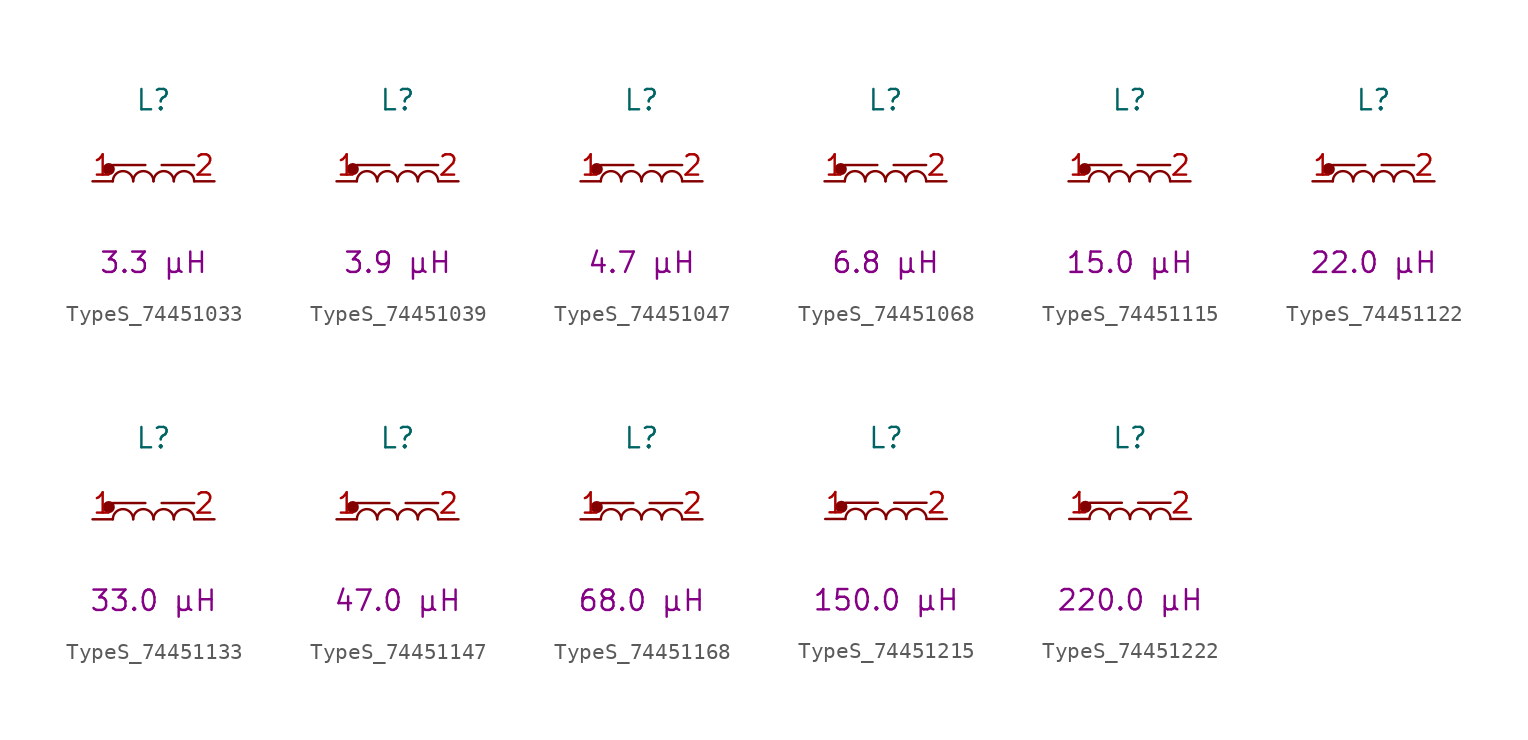
<source format=kicad_sym>
(kicad_symbol_lib
  (version 20220914)
  (generator kicad_symbol_editor)
  (symbol "TypeS_74451033"
    (pin_names hide)
    (property "Reference" "L"
      (at 0 5.08 0)
      (effects (font (size 1.27 1.27))))
    (property "Critical Parameter" "3.3 µH"
      (at 0 -5.08 0)
      (effects (font (size 1.27 1.27))))
    (symbol "TypeS_74451033_0_1"
      (arc (start -1.27 0) (mid -1.905 0.6323) (end -2.54 0) (stroke (width 0) (type default)) (fill (type none)))
      (arc (start 0 0) (mid -0.635 0.6323) (end -1.27 0) (stroke (width 0) (type default)) (fill (type none)))
      (polyline (pts (xy -2.54 1.016) (xy -0.508 1.016)) (stroke (width 0) (type default)) (fill (type none)))
      (arc (start 1.27 0) (mid 0.635 0.6323) (end 0 0) (stroke (width 0) (type default)) (fill (type none)))
      (arc (start 2.54 0) (mid 1.905 0.6323) (end 1.27 0) (stroke (width 0) (type default)) (fill (type none))))
    (symbol "TypeS_74451033_1_1"
      (circle (center -2.794 0.762) (radius 0.0001) (stroke (width 0.381) (type default)) (fill (type none)))
      (polyline (pts (xy 2.54 1.016) (xy 0.508 1.016)) (stroke (width 0) (type default)) (fill (type none)))
      (pin passive line (at -3.81 0 0) (length 1.27) (name "1" (effects (font (size 1.27 1.27)))) (number "1" (effects (font (size 1.27 1.27)))))
      (pin passive line (at 3.81 0 180) (length 1.27) (name "2" (effects (font (size 1.27 1.27)))) (number "2" (effects (font (size 1.27 1.27)))))))
  (symbol "TypeS_74451039"
    (pin_names hide)
    (property "Reference" "L"
      (at 0 5.08 0)
      (effects (font (size 1.27 1.27))))
    (property "Critical Parameter" "3.9 µH"
      (at 0 -5.08 0)
      (effects (font (size 1.27 1.27))))
    (symbol "TypeS_74451039_0_1"
      (arc (start -1.27 0) (mid -1.905 0.6323) (end -2.54 0) (stroke (width 0) (type default)) (fill (type none)))
      (arc (start 0 0) (mid -0.635 0.6323) (end -1.27 0) (stroke (width 0) (type default)) (fill (type none)))
      (polyline (pts (xy -2.54 1.016) (xy -0.508 1.016)) (stroke (width 0) (type default)) (fill (type none)))
      (arc (start 1.27 0) (mid 0.635 0.6323) (end 0 0) (stroke (width 0) (type default)) (fill (type none)))
      (arc (start 2.54 0) (mid 1.905 0.6323) (end 1.27 0) (stroke (width 0) (type default)) (fill (type none))))
    (symbol "TypeS_74451039_1_1"
      (circle (center -2.794 0.762) (radius 0.0001) (stroke (width 0.381) (type default)) (fill (type none)))
      (polyline (pts (xy 2.54 1.016) (xy 0.508 1.016)) (stroke (width 0) (type default)) (fill (type none)))
      (pin passive line (at -3.81 0 0) (length 1.27) (name "1" (effects (font (size 1.27 1.27)))) (number "1" (effects (font (size 1.27 1.27)))))
      (pin passive line (at 3.81 0 180) (length 1.27) (name "2" (effects (font (size 1.27 1.27)))) (number "2" (effects (font (size 1.27 1.27)))))))
  (symbol "TypeS_74451047"
    (pin_names hide)
    (property "Reference" "L"
      (at 0 5.08 0)
      (effects (font (size 1.27 1.27))))
    (property "Critical Parameter" "4.7 µH"
      (at 0 -5.08 0)
      (effects (font (size 1.27 1.27))))
    (symbol "TypeS_74451047_0_1"
      (arc (start -1.27 0) (mid -1.905 0.6323) (end -2.54 0) (stroke (width 0) (type default)) (fill (type none)))
      (arc (start 0 0) (mid -0.635 0.6323) (end -1.27 0) (stroke (width 0) (type default)) (fill (type none)))
      (polyline (pts (xy -2.54 1.016) (xy -0.508 1.016)) (stroke (width 0) (type default)) (fill (type none)))
      (arc (start 1.27 0) (mid 0.635 0.6323) (end 0 0) (stroke (width 0) (type default)) (fill (type none)))
      (arc (start 2.54 0) (mid 1.905 0.6323) (end 1.27 0) (stroke (width 0) (type default)) (fill (type none))))
    (symbol "TypeS_74451047_1_1"
      (circle (center -2.794 0.762) (radius 0.0001) (stroke (width 0.381) (type default)) (fill (type none)))
      (polyline (pts (xy 2.54 1.016) (xy 0.508 1.016)) (stroke (width 0) (type default)) (fill (type none)))
      (pin passive line (at -3.81 0 0) (length 1.27) (name "1" (effects (font (size 1.27 1.27)))) (number "1" (effects (font (size 1.27 1.27)))))
      (pin passive line (at 3.81 0 180) (length 1.27) (name "2" (effects (font (size 1.27 1.27)))) (number "2" (effects (font (size 1.27 1.27)))))))
  (symbol "TypeS_74451068"
    (pin_names hide)
    (property "Reference" "L"
      (at 0 5.08 0)
      (effects (font (size 1.27 1.27))))
    (property "Critical Parameter" "6.8 µH"
      (at 0 -5.08 0)
      (effects (font (size 1.27 1.27))))
    (symbol "TypeS_74451068_0_1"
      (arc (start -1.27 0) (mid -1.905 0.6323) (end -2.54 0) (stroke (width 0) (type default)) (fill (type none)))
      (arc (start 0 0) (mid -0.635 0.6323) (end -1.27 0) (stroke (width 0) (type default)) (fill (type none)))
      (polyline (pts (xy -2.54 1.016) (xy -0.508 1.016)) (stroke (width 0) (type default)) (fill (type none)))
      (arc (start 1.27 0) (mid 0.635 0.6323) (end 0 0) (stroke (width 0) (type default)) (fill (type none)))
      (arc (start 2.54 0) (mid 1.905 0.6323) (end 1.27 0) (stroke (width 0) (type default)) (fill (type none))))
    (symbol "TypeS_74451068_1_1"
      (circle (center -2.794 0.762) (radius 0.0001) (stroke (width 0.381) (type default)) (fill (type none)))
      (polyline (pts (xy 2.54 1.016) (xy 0.508 1.016)) (stroke (width 0) (type default)) (fill (type none)))
      (pin passive line (at -3.81 0 0) (length 1.27) (name "1" (effects (font (size 1.27 1.27)))) (number "1" (effects (font (size 1.27 1.27)))))
      (pin passive line (at 3.81 0 180) (length 1.27) (name "2" (effects (font (size 1.27 1.27)))) (number "2" (effects (font (size 1.27 1.27)))))))
  (symbol "TypeS_74451115"
    (pin_names hide)
    (property "Reference" "L"
      (at 0 5.08 0)
      (effects (font (size 1.27 1.27))))
    (property "Critical Parameter" "15.0 µH"
      (at 0 -5.08 0)
      (effects (font (size 1.27 1.27))))
    (symbol "TypeS_74451115_0_1"
      (arc (start -1.27 0) (mid -1.905 0.6323) (end -2.54 0) (stroke (width 0) (type default)) (fill (type none)))
      (arc (start 0 0) (mid -0.635 0.6323) (end -1.27 0) (stroke (width 0) (type default)) (fill (type none)))
      (polyline (pts (xy -2.54 1.016) (xy -0.508 1.016)) (stroke (width 0) (type default)) (fill (type none)))
      (arc (start 1.27 0) (mid 0.635 0.6323) (end 0 0) (stroke (width 0) (type default)) (fill (type none)))
      (arc (start 2.54 0) (mid 1.905 0.6323) (end 1.27 0) (stroke (width 0) (type default)) (fill (type none))))
    (symbol "TypeS_74451115_1_1"
      (circle (center -2.794 0.762) (radius 0.0001) (stroke (width 0.381) (type default)) (fill (type none)))
      (polyline (pts (xy 2.54 1.016) (xy 0.508 1.016)) (stroke (width 0) (type default)) (fill (type none)))
      (pin passive line (at -3.81 0 0) (length 1.27) (name "1" (effects (font (size 1.27 1.27)))) (number "1" (effects (font (size 1.27 1.27)))))
      (pin passive line (at 3.81 0 180) (length 1.27) (name "2" (effects (font (size 1.27 1.27)))) (number "2" (effects (font (size 1.27 1.27)))))))
  (symbol "TypeS_74451122"
    (pin_names hide)
    (property "Reference" "L"
      (at 0 5.08 0)
      (effects (font (size 1.27 1.27))))
    (property "Critical Parameter" "22.0 µH"
      (at 0 -5.08 0)
      (effects (font (size 1.27 1.27))))
    (symbol "TypeS_74451122_0_1"
      (arc (start -1.27 0) (mid -1.905 0.6323) (end -2.54 0) (stroke (width 0) (type default)) (fill (type none)))
      (arc (start 0 0) (mid -0.635 0.6323) (end -1.27 0) (stroke (width 0) (type default)) (fill (type none)))
      (polyline (pts (xy -2.54 1.016) (xy -0.508 1.016)) (stroke (width 0) (type default)) (fill (type none)))
      (arc (start 1.27 0) (mid 0.635 0.6323) (end 0 0) (stroke (width 0) (type default)) (fill (type none)))
      (arc (start 2.54 0) (mid 1.905 0.6323) (end 1.27 0) (stroke (width 0) (type default)) (fill (type none))))
    (symbol "TypeS_74451122_1_1"
      (circle (center -2.794 0.762) (radius 0.0001) (stroke (width 0.381) (type default)) (fill (type none)))
      (polyline (pts (xy 2.54 1.016) (xy 0.508 1.016)) (stroke (width 0) (type default)) (fill (type none)))
      (pin passive line (at -3.81 0 0) (length 1.27) (name "1" (effects (font (size 1.27 1.27)))) (number "1" (effects (font (size 1.27 1.27)))))
      (pin passive line (at 3.81 0 180) (length 1.27) (name "2" (effects (font (size 1.27 1.27)))) (number "2" (effects (font (size 1.27 1.27)))))))
  (symbol "TypeS_74451133"
    (pin_names hide)
    (property "Reference" "L"
      (at 0 5.08 0)
      (effects (font (size 1.27 1.27))))
    (property "Critical Parameter" "33.0 µH"
      (at 0 -5.08 0)
      (effects (font (size 1.27 1.27))))
    (symbol "TypeS_74451133_0_1"
      (arc (start -1.27 0) (mid -1.905 0.6323) (end -2.54 0) (stroke (width 0) (type default)) (fill (type none)))
      (arc (start 0 0) (mid -0.635 0.6323) (end -1.27 0) (stroke (width 0) (type default)) (fill (type none)))
      (polyline (pts (xy -2.54 1.016) (xy -0.508 1.016)) (stroke (width 0) (type default)) (fill (type none)))
      (arc (start 1.27 0) (mid 0.635 0.6323) (end 0 0) (stroke (width 0) (type default)) (fill (type none)))
      (arc (start 2.54 0) (mid 1.905 0.6323) (end 1.27 0) (stroke (width 0) (type default)) (fill (type none))))
    (symbol "TypeS_74451133_1_1"
      (circle (center -2.794 0.762) (radius 0.0001) (stroke (width 0.381) (type default)) (fill (type none)))
      (polyline (pts (xy 2.54 1.016) (xy 0.508 1.016)) (stroke (width 0) (type default)) (fill (type none)))
      (pin passive line (at -3.81 0 0) (length 1.27) (name "1" (effects (font (size 1.27 1.27)))) (number "1" (effects (font (size 1.27 1.27)))))
      (pin passive line (at 3.81 0 180) (length 1.27) (name "2" (effects (font (size 1.27 1.27)))) (number "2" (effects (font (size 1.27 1.27)))))))
  (symbol "TypeS_74451147"
    (pin_names hide)
    (property "Reference" "L"
      (at 0 5.08 0)
      (effects (font (size 1.27 1.27))))
    (property "Critical Parameter" "47.0 µH"
      (at 0 -5.08 0)
      (effects (font (size 1.27 1.27))))
    (symbol "TypeS_74451147_0_1"
      (arc (start -1.27 0) (mid -1.905 0.6323) (end -2.54 0) (stroke (width 0) (type default)) (fill (type none)))
      (arc (start 0 0) (mid -0.635 0.6323) (end -1.27 0) (stroke (width 0) (type default)) (fill (type none)))
      (polyline (pts (xy -2.54 1.016) (xy -0.508 1.016)) (stroke (width 0) (type default)) (fill (type none)))
      (arc (start 1.27 0) (mid 0.635 0.6323) (end 0 0) (stroke (width 0) (type default)) (fill (type none)))
      (arc (start 2.54 0) (mid 1.905 0.6323) (end 1.27 0) (stroke (width 0) (type default)) (fill (type none))))
    (symbol "TypeS_74451147_1_1"
      (circle (center -2.794 0.762) (radius 0.0001) (stroke (width 0.381) (type default)) (fill (type none)))
      (polyline (pts (xy 2.54 1.016) (xy 0.508 1.016)) (stroke (width 0) (type default)) (fill (type none)))
      (pin passive line (at -3.81 0 0) (length 1.27) (name "1" (effects (font (size 1.27 1.27)))) (number "1" (effects (font (size 1.27 1.27)))))
      (pin passive line (at 3.81 0 180) (length 1.27) (name "2" (effects (font (size 1.27 1.27)))) (number "2" (effects (font (size 1.27 1.27)))))))
  (symbol "TypeS_74451168"
    (pin_names hide)
    (property "Reference" "L"
      (at 0 5.08 0)
      (effects (font (size 1.27 1.27))))
    (property "Critical Parameter" "68.0 µH"
      (at 0 -5.08 0)
      (effects (font (size 1.27 1.27))))
    (symbol "TypeS_74451168_0_1"
      (arc (start -1.27 0) (mid -1.905 0.6323) (end -2.54 0) (stroke (width 0) (type default)) (fill (type none)))
      (arc (start 0 0) (mid -0.635 0.6323) (end -1.27 0) (stroke (width 0) (type default)) (fill (type none)))
      (polyline (pts (xy -2.54 1.016) (xy -0.508 1.016)) (stroke (width 0) (type default)) (fill (type none)))
      (arc (start 1.27 0) (mid 0.635 0.6323) (end 0 0) (stroke (width 0) (type default)) (fill (type none)))
      (arc (start 2.54 0) (mid 1.905 0.6323) (end 1.27 0) (stroke (width 0) (type default)) (fill (type none))))
    (symbol "TypeS_74451168_1_1"
      (circle (center -2.794 0.762) (radius 0.0001) (stroke (width 0.381) (type default)) (fill (type none)))
      (polyline (pts (xy 2.54 1.016) (xy 0.508 1.016)) (stroke (width 0) (type default)) (fill (type none)))
      (pin passive line (at -3.81 0 0) (length 1.27) (name "1" (effects (font (size 1.27 1.27)))) (number "1" (effects (font (size 1.27 1.27)))))
      (pin passive line (at 3.81 0 180) (length 1.27) (name "2" (effects (font (size 1.27 1.27)))) (number "2" (effects (font (size 1.27 1.27)))))))
  (symbol "TypeS_74451215"
    (pin_names hide)
    (property "Reference" "L"
      (at 0 5.08 0)
      (effects (font (size 1.27 1.27))))
    (property "Critical Parameter" "150.0 µH"
      (at 0 -5.08 0)
      (effects (font (size 1.27 1.27))))
    (symbol "TypeS_74451215_0_1"
      (arc (start -1.27 0) (mid -1.905 0.6323) (end -2.54 0) (stroke (width 0) (type default)) (fill (type none)))
      (arc (start 0 0) (mid -0.635 0.6323) (end -1.27 0) (stroke (width 0) (type default)) (fill (type none)))
      (polyline (pts (xy -2.54 1.016) (xy -0.508 1.016)) (stroke (width 0) (type default)) (fill (type none)))
      (arc (start 1.27 0) (mid 0.635 0.6323) (end 0 0) (stroke (width 0) (type default)) (fill (type none)))
      (arc (start 2.54 0) (mid 1.905 0.6323) (end 1.27 0) (stroke (width 0) (type default)) (fill (type none))))
    (symbol "TypeS_74451215_1_1"
      (circle (center -2.794 0.762) (radius 0.0001) (stroke (width 0.381) (type default)) (fill (type none)))
      (polyline (pts (xy 2.54 1.016) (xy 0.508 1.016)) (stroke (width 0) (type default)) (fill (type none)))
      (pin passive line (at -3.81 0 0) (length 1.27) (name "1" (effects (font (size 1.27 1.27)))) (number "1" (effects (font (size 1.27 1.27)))))
      (pin passive line (at 3.81 0 180) (length 1.27) (name "2" (effects (font (size 1.27 1.27)))) (number "2" (effects (font (size 1.27 1.27)))))))
  (symbol "TypeS_74451222"
    (pin_names hide)
    (property "Reference" "L"
      (at 0 5.08 0)
      (effects (font (size 1.27 1.27))))
    (property "Critical Parameter" "220.0 µH"
      (at 0 -5.08 0)
      (effects (font (size 1.27 1.27))))
    (symbol "TypeS_74451222_0_1"
      (arc (start -1.27 0) (mid -1.905 0.6323) (end -2.54 0) (stroke (width 0) (type default)) (fill (type none)))
      (arc (start 0 0) (mid -0.635 0.6323) (end -1.27 0) (stroke (width 0) (type default)) (fill (type none)))
      (polyline (pts (xy -2.54 1.016) (xy -0.508 1.016)) (stroke (width 0) (type default)) (fill (type none)))
      (arc (start 1.27 0) (mid 0.635 0.6323) (end 0 0) (stroke (width 0) (type default)) (fill (type none)))
      (arc (start 2.54 0) (mid 1.905 0.6323) (end 1.27 0) (stroke (width 0) (type default)) (fill (type none))))
    (symbol "TypeS_74451222_1_1"
      (circle (center -2.794 0.762) (radius 0.0001) (stroke (width 0.381) (type default)) (fill (type none)))
      (polyline (pts (xy 2.54 1.016) (xy 0.508 1.016)) (stroke (width 0) (type default)) (fill (type none)))
      (pin passive line (at -3.81 0 0) (length 1.27) (name "1" (effects (font (size 1.27 1.27)))) (number "1" (effects (font (size 1.27 1.27)))))
      (pin passive line (at 3.81 0 180) (length 1.27) (name "2" (effects (font (size 1.27 1.27)))) (number "2" (effects (font (size 1.27 1.27))))))))
</source>
